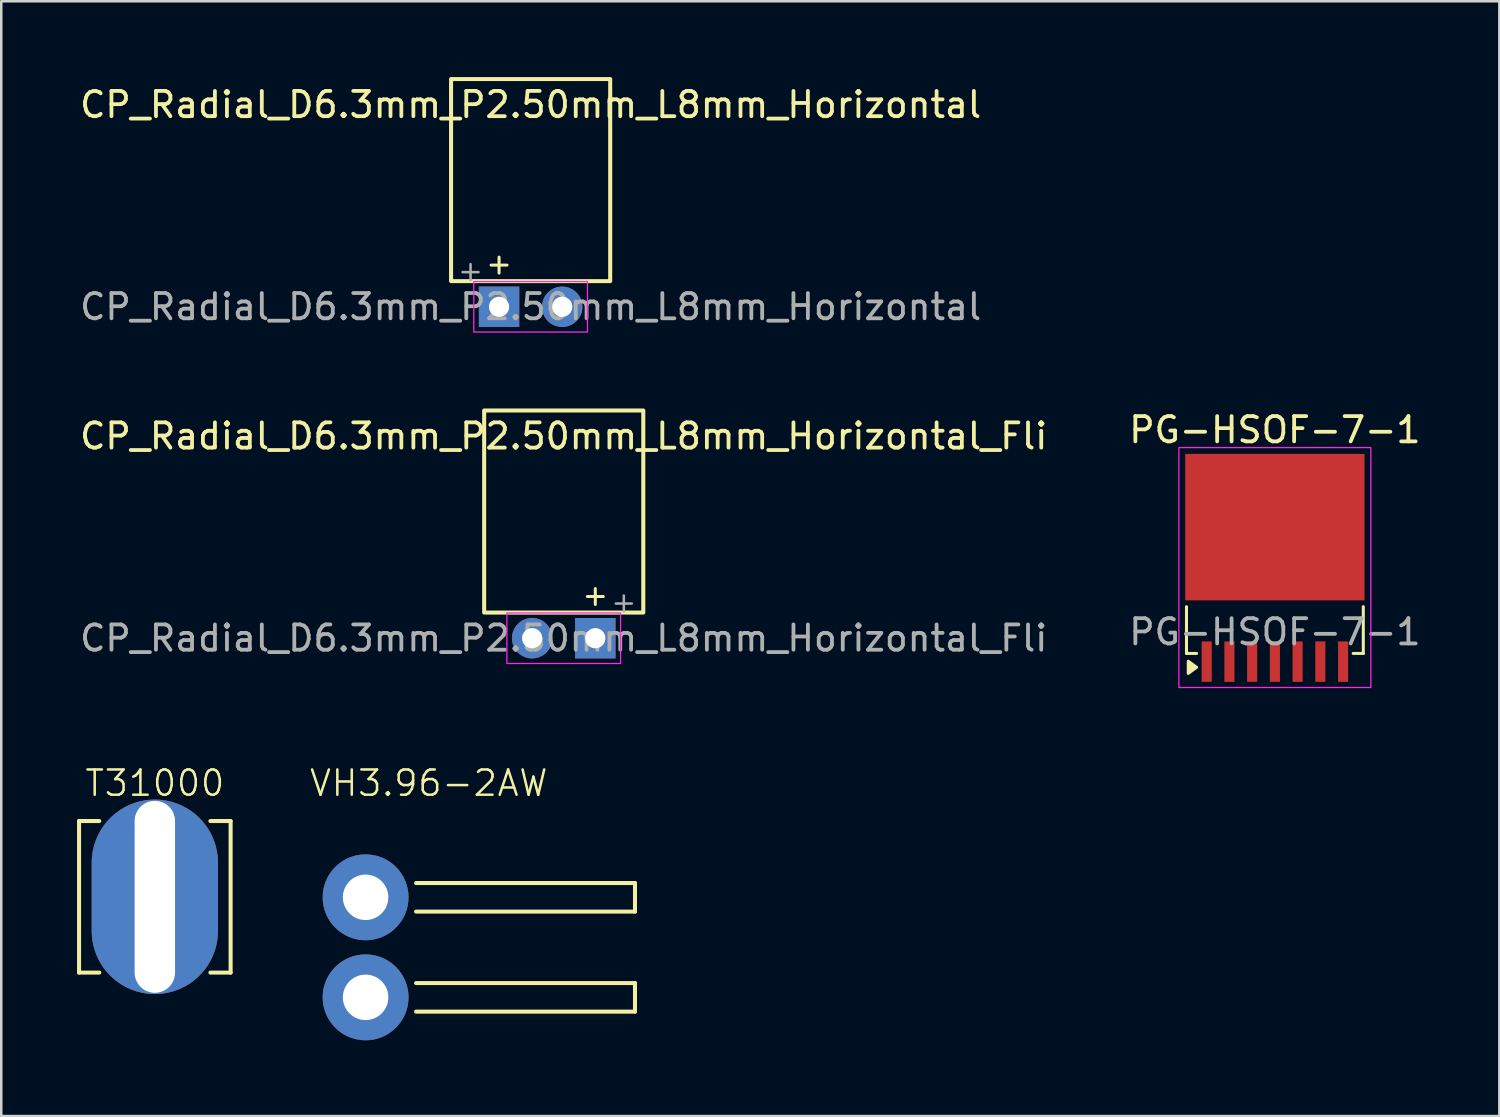
<source format=kicad_pcb>
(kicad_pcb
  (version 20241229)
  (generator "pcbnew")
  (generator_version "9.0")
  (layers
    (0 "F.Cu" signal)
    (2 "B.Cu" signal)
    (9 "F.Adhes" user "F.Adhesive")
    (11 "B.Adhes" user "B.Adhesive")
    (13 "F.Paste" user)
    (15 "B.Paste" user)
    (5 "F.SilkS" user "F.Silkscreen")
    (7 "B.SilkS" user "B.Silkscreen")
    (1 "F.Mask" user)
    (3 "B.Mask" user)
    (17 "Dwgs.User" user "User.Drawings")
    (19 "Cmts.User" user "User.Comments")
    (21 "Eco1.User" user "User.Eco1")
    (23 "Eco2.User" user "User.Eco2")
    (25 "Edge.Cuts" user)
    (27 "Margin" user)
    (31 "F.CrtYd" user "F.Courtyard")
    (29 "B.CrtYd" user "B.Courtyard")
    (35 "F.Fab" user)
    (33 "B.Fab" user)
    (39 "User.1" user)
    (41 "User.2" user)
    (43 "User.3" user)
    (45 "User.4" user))
  (footprint "CP_Radial_D6.3mm_P2.50mm_L8mm_Horizontal"
    (layer "F.Cu")
    (at 16.708 9.096)
    (property "Reference" "CP_Radial_D6.3mm_P2.50mm_L8mm_Horizontal" (at 1.25 -8.001 0) (layer "F.SilkS") (effects (font (size 1 1) (thickness 0.15))))
    (attr through_hole)
    (fp_line (start -0.315 -1.651) (end 0.315 -1.651) (stroke (width 0.12) (type solid)) (layer "F.SilkS"))
    (fp_line (start 0 -1.966) (end 0 -1.336) (stroke (width 0.12) (type solid)) (layer "F.SilkS"))
    (fp_rect (start -1.9 -9.016) (end 4.4 -1.016) (stroke (width 0.16) (type default)) (fill no) (layer "F.SilkS"))
    (fp_rect (start -1 -1) (end 3.5 1) (stroke (width 0.05) (type default)) (fill no) (layer "F.CrtYd"))
    (fp_line (start -1.444 -1.373) (end -0.814 -1.373) (stroke (width 0.1) (type solid)) (layer "F.Fab"))
    (fp_line (start -1.129 -1.688) (end -1.129 -1.058) (stroke (width 0.1) (type solid)) (layer "F.Fab"))
    (fp_text user "${REFERENCE}" (at 1.25 0 0) (layer "F.Fab") (effects (font (size 1 1) (thickness 0.15))))
    (pad "1" thru_hole rect (at 0 0) (size 1.6 1.6) (drill 0.8) (layers "*.Cu" "*.Mask"))
    (pad "2" thru_hole circle (at 2.5 0) (size 1.6 1.6) (drill 0.8) (layers "*.Cu" "*.Mask")))
  (footprint "CP_Radial_D6.3mm_P2.50mm_L8mm_Horizontal_Fli"
    (layer "F.Cu")
    (at 18.018 22.217)
    (property "Reference" "CP_Radial_D6.3mm_P2.50mm_L8mm_Horizontal_Fli" (at 1.25 -8.001 0) (layer "F.SilkS") (effects (font (size 1 1) (thickness 0.15))))
    (attr through_hole)
    (fp_line (start 2.5 -1.966) (end 2.5 -1.336) (stroke (width 0.12) (type solid)) (layer "F.SilkS"))
    (fp_line (start 2.815 -1.651) (end 2.185 -1.651) (stroke (width 0.12) (type solid)) (layer "F.SilkS"))
    (fp_rect (start 4.4 -9.016) (end -1.9 -1.016) (stroke (width 0.16) (type default)) (fill no) (layer "F.SilkS"))
    (fp_rect (start 3.5 -1) (end -1 1) (stroke (width 0.05) (type default)) (fill no) (layer "F.CrtYd"))
    (fp_line (start 3.629 -1.688) (end 3.629 -1.058) (stroke (width 0.1) (type solid)) (layer "F.Fab"))
    (fp_line (start 3.944 -1.373) (end 3.314 -1.373) (stroke (width 0.1) (type solid)) (layer "F.Fab"))
    (fp_text user "${REFERENCE}" (at 1.25 0 0) (layer "F.Fab") (effects (font (size 1 1) (thickness 0.15))))
    (pad "1" thru_hole rect (at 2.5 0) (size 1.6 1.6) (drill 0.8) (layers "*.Cu" "*.Mask"))
    (pad "2" thru_hole circle (at 0 0) (size 1.6 1.6) (drill 0.8) (layers "*.Cu" "*.Mask")))
  (footprint "PG-HSOF-7-1"
    (layer "F.Cu")
    (at 47.423 19.469)
    (property "Reference" "PG-HSOF-7-1" (at 0 -5.5 0) (unlocked yes) (layer "F.SilkS") (effects (font (size 1 1) (thickness 0.15))))
    (attr smd)
    (fp_line (start -3.5 1.5) (end -3.5 3.35) (stroke (width 0.12) (type default)) (layer "F.SilkS"))
    (fp_line (start -3.5 3.35) (end -3.1 3.35) (stroke (width 0.12) (type default)) (layer "F.SilkS"))
    (fp_line (start 3.1 3.35) (end 3.5 3.35) (stroke (width 0.12) (type default)) (layer "F.SilkS"))
    (fp_line (start 3.5 3.35) (end 3.5 1.5) (stroke (width 0.12) (type default)) (layer "F.SilkS"))
    (fp_poly (pts (xy -3.1 3.9) (xy -3.43 3.66) (xy -3.43 4.14) (xy -3.1 3.9)) (stroke (width 0.12) (type solid)) (fill yes) (layer "F.SilkS"))
    (fp_rect (start -3.45 -4.4) (end -0.2 -3.4) (stroke (width 0) (type default)) (fill yes) (layer "F.Paste"))
    (fp_rect (start -3.2 0.1) (end -0.2 1.1) (stroke (width 0) (type default)) (fill yes) (layer "F.Paste"))
    (fp_rect (start -2.9 -2.9) (end -0.2 -1.9) (stroke (width 0) (type default)) (fill yes) (layer "F.Paste"))
    (fp_rect (start -0.2 -1.4) (end -3.2 -0.4) (stroke (width 0) (type default)) (fill yes) (layer "F.Paste"))
    (fp_rect (start 2.9 -2.9) (end 0.2 -1.9) (stroke (width 0) (type default)) (fill yes) (layer "F.Paste"))
    (fp_rect (start 3.2 -1.4) (end 0.2 -0.4) (stroke (width 0) (type default)) (fill yes) (layer "F.Paste"))
    (fp_rect (start 3.2 0.1) (end 0.2 1.1) (stroke (width 0) (type default)) (fill yes) (layer "F.Paste"))
    (fp_rect (start 3.45 -4.4) (end 0.2 -3.4) (stroke (width 0) (type default)) (fill yes) (layer "F.Paste"))
    (fp_rect (start -3.8 -4.8) (end 3.8 4.7) (stroke (width 0.05) (type default)) (fill no) (layer "F.CrtYd"))
    (fp_text user "${REFERENCE}" (at 0 2.5 0) (unlocked yes) (layer "F.Fab") (effects (font (size 1 1) (thickness 0.15))))
    (pad "1" smd rect (at -2.7 3.675) (size 0.4 1.6) (layers "F.Cu" "F.Mask" "F.Paste"))
    (pad "2" smd rect (at -1.8 3.675) (size 0.4 1.6) (layers "F.Cu" "F.Mask" "F.Paste"))
    (pad "3" smd rect (at -0.9 3.675) (size 0.4 1.6) (layers "F.Cu" "F.Mask" "F.Paste"))
    (pad "4" smd rect (at 0 3.675) (size 0.4 1.6) (layers "F.Cu" "F.Mask" "F.Paste"))
    (pad "5" smd rect (at 0.9 3.675) (size 0.4 1.6) (layers "F.Cu" "F.Mask" "F.Paste"))
    (pad "6" smd rect (at 1.8 3.675) (size 0.4 1.6) (layers "F.Cu" "F.Mask" "F.Paste"))
    (pad "7" smd rect (at 2.7 3.675) (size 0.4 1.6) (layers "F.Cu" "F.Mask" "F.Paste"))
    (pad "8" smd rect (at 0 -1.65) (size 7.1 5.8) (layers "F.Cu" "F.Mask")))
  (footprint "VH3.96-2AW"
    (layer "F.Cu")
    (at 11.424 34.455)
    (property "Reference" "VH3.96-2AW" (at 2.5 -6.5 0) (unlocked yes) (layer "F.SilkS") (effects (font (size 1 1) (thickness 0.1))))
    (attr through_hole)
    (fp_line (start 2 -2.545) (end 10.665 -2.545) (stroke (width 0.16) (type default)) (layer "F.SilkS"))
    (fp_line (start 2 1.415) (end 10.665 1.415) (stroke (width 0.16) (type default)) (layer "F.SilkS"))
    (fp_line (start 2 -1.415) (end 10.665 -1.415) (stroke (width 0.16) (type default)) (layer "F.SilkS"))
    (fp_line (start 2 2.545) (end 10.665 2.545) (stroke (width 0.16) (type default)) (layer "F.SilkS"))
    (fp_line (start 10.665 -2.545) (end 10.665 -1.415) (stroke (width 0.16) (type default)) (layer "F.SilkS"))
    (fp_line (start 10.665 1.415) (end 10.665 2.545) (stroke (width 0.16) (type default)) (layer "F.SilkS"))
    (pad "1" thru_hole circle (at 0 -1.98) (size 3.4 3.4) (drill 1.8) (layers "*.Cu" "*.Mask"))
    (pad "2" thru_hole circle (at 0 1.98) (size 3.4 3.4) (drill 1.8) (layers "*.Cu" "*.Mask")))
  (footprint "T31000"
    (layer "F.Cu")
    (at 3.08 32.455)
    (property "Reference" "T31000" (at 0 -4.5 0) (unlocked yes) (layer "F.SilkS") (effects (font (size 1 1) (thickness 0.1))))
    (attr through_hole)
    (fp_line (start -3 -3) (end -3 3) (stroke (width 0.16) (type default)) (layer "F.SilkS"))
    (fp_line (start -3 -3) (end -2.2 -3) (stroke (width 0.16) (type default)) (layer "F.SilkS"))
    (fp_line (start -3 3) (end -2.2 3) (stroke (width 0.16) (type default)) (layer "F.SilkS"))
    (fp_line (start 3 -3) (end 2.2 -3) (stroke (width 0.16) (type default)) (layer "F.SilkS"))
    (fp_line (start 3 -3) (end 3 3) (stroke (width 0.16) (type default)) (layer "F.SilkS"))
    (fp_line (start 3 3) (end 2.2 3) (stroke (width 0.16) (type default)) (layer "F.SilkS"))
    (pad "1" thru_hole oval (at 0 0) (size 5 7.7) (drill oval 1.6 7.6) (layers "*.Cu" "*.Mask")))
  (gr_rect
    (start -3 -3)
    (end 56.31 41.135)
    (stroke (width 0.1) (type default))
    (fill no)
    (layer "Edge.Cuts")))
</source>
